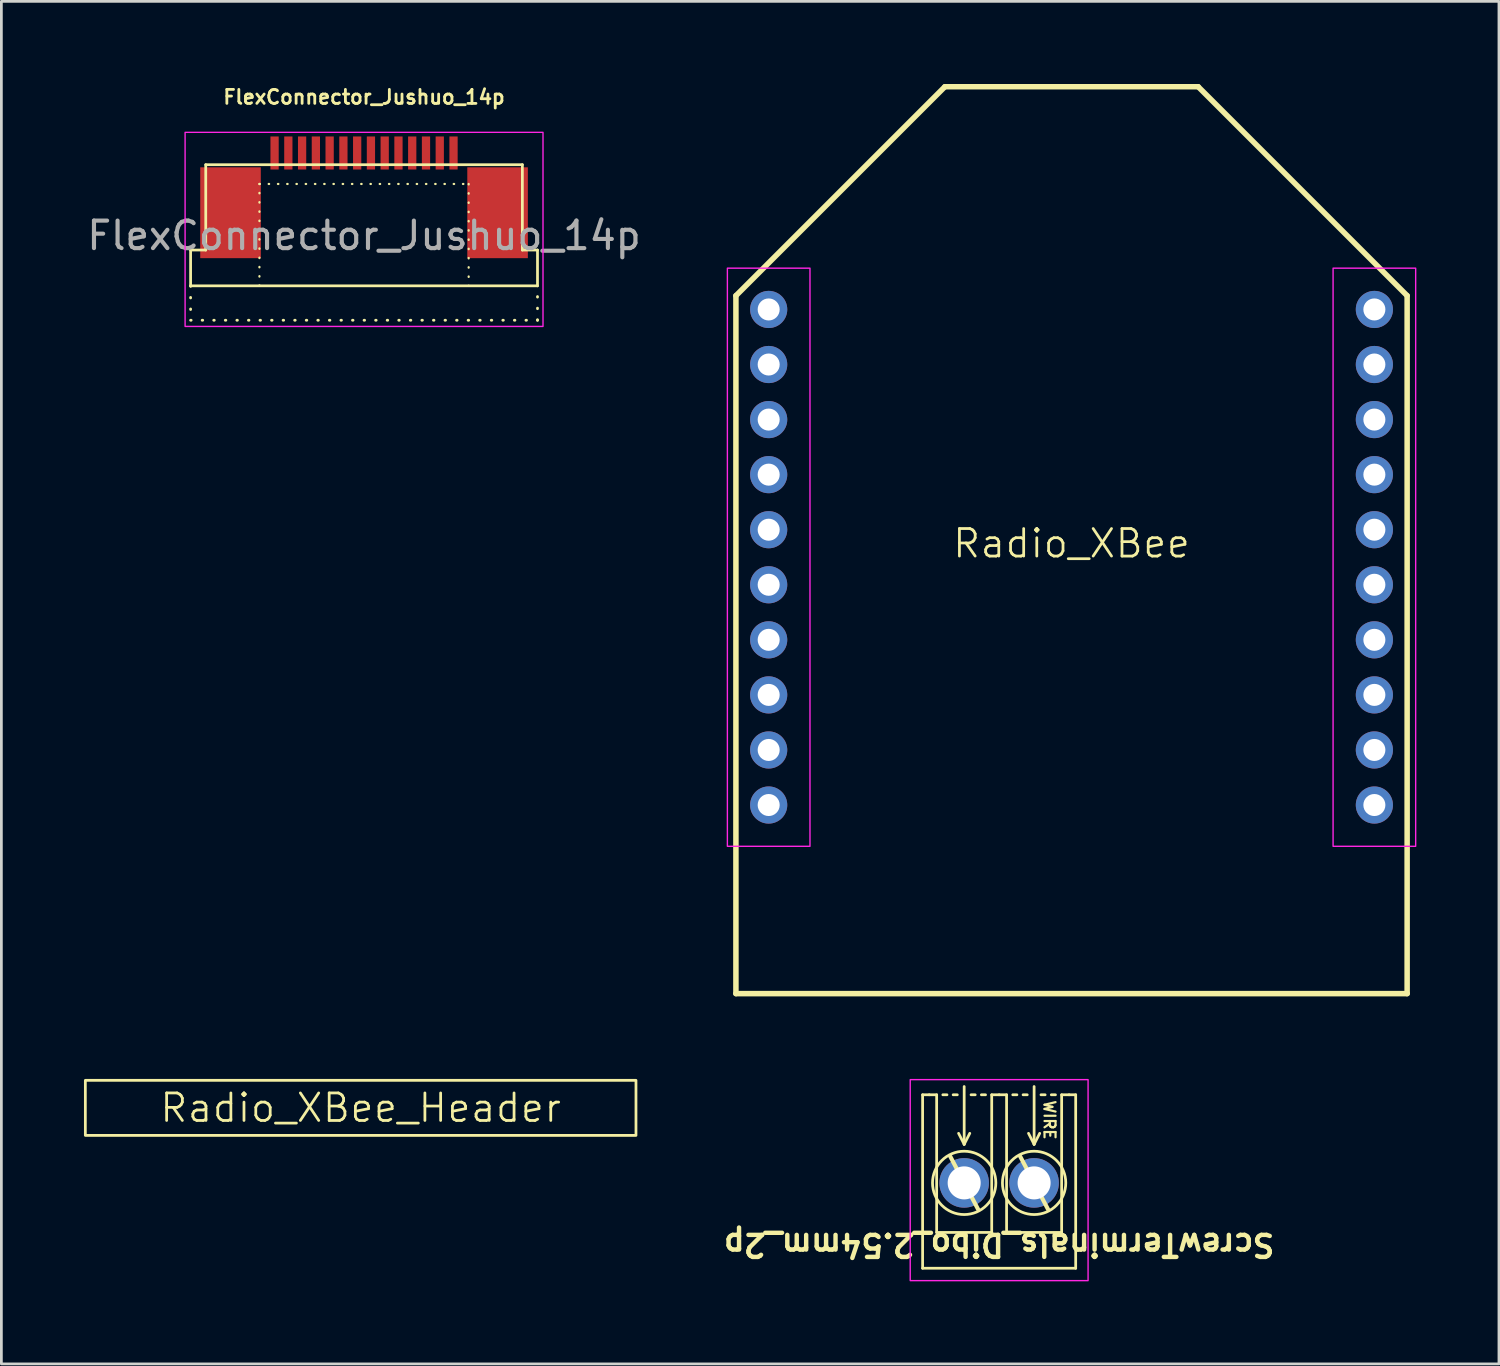
<source format=kicad_pcb>
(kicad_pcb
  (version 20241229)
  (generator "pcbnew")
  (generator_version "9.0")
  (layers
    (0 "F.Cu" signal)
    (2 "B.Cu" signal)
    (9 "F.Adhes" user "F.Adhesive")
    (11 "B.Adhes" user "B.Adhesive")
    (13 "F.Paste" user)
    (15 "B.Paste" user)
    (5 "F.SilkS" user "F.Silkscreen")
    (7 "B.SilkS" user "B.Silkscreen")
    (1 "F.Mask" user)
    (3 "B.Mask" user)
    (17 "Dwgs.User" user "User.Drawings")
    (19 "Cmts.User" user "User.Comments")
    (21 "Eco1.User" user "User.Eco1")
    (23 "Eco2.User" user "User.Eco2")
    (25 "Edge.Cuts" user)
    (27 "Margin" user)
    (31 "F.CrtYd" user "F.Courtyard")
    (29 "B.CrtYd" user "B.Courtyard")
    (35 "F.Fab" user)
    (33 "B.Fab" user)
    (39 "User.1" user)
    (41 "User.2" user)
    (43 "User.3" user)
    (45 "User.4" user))
  (footprint "Radio_XBee"
    (layer "F.Cu")
    (at 35.87 17.19)
    (property "Reference" "Radio_XBee" (at 0 -0.5 0) (unlocked yes) (layer "F.SilkS") (effects (font (size 1 1) (thickness 0.1))))
    (attr through_hole exclude_from_pos_files exclude_from_bom)
    (fp_line (start -12.19 -9.5) (end -4.6 -17.09) (stroke (width 0.2) (type solid)) (layer "F.SilkS"))
    (fp_line (start -12.19 15.85) (end -12.19 -9.5) (stroke (width 0.2) (type solid)) (layer "F.SilkS"))
    (fp_line (start -12.19 15.85) (end 12.19 15.85) (stroke (width 0.2) (type solid)) (layer "F.SilkS"))
    (fp_line (start -4.6 -17.09) (end 4.6 -17.09) (stroke (width 0.2) (type solid)) (layer "F.SilkS"))
    (fp_line (start 12.19 -9.5) (end 4.6 -17.09) (stroke (width 0.2) (type solid)) (layer "F.SilkS"))
    (fp_line (start 12.19 15.85) (end 12.19 -9.5) (stroke (width 0.2) (type solid)) (layer "F.SilkS"))
    (fp_rect (start -12.5 -10.5) (end -9.5 10.5) (stroke (width 0.05) (type default)) (fill no) (layer "F.CrtYd"))
    (fp_rect (start 9.5 -10.5) (end 12.5 10.5) (stroke (width 0.05) (type default)) (fill no) (layer "F.CrtYd"))
    (pad "1" thru_hole circle (at -11 -9) (size 1.35 1.35) (drill 0.8) (layers "*.Cu" "*.Mask"))
    (pad "2" thru_hole oval (at -11 -7) (size 1.35 1.35) (drill 0.8) (layers "*.Cu" "*.Mask"))
    (pad "3" thru_hole oval (at -11 -5) (size 1.35 1.35) (drill 0.8) (layers "*.Cu" "*.Mask"))
    (pad "4" thru_hole oval (at -11 -3) (size 1.35 1.35) (drill 0.8) (layers "*.Cu" "*.Mask"))
    (pad "5" thru_hole oval (at -11 -1) (size 1.35 1.35) (drill 0.8) (layers "*.Cu" "*.Mask"))
    (pad "6" thru_hole oval (at -11 1) (size 1.35 1.35) (drill 0.8) (layers "*.Cu" "*.Mask"))
    (pad "7" thru_hole oval (at -11 3) (size 1.35 1.35) (drill 0.8) (layers "*.Cu" "*.Mask"))
    (pad "8" thru_hole oval (at -11 5) (size 1.35 1.35) (drill 0.8) (layers "*.Cu" "*.Mask"))
    (pad "9" thru_hole oval (at -11 7) (size 1.35 1.35) (drill 0.8) (layers "*.Cu" "*.Mask"))
    (pad "10" thru_hole oval (at -11 9) (size 1.35 1.35) (drill 0.8) (layers "*.Cu" "*.Mask"))
    (pad "11" thru_hole circle (at 11 9 180) (size 1.35 1.35) (drill 0.8) (layers "*.Cu" "*.Mask"))
    (pad "12" thru_hole oval (at 11 7 180) (size 1.35 1.35) (drill 0.8) (layers "*.Cu" "*.Mask"))
    (pad "13" thru_hole oval (at 11 5 180) (size 1.35 1.35) (drill 0.8) (layers "*.Cu" "*.Mask"))
    (pad "14" thru_hole oval (at 11 3 180) (size 1.35 1.35) (drill 0.8) (layers "*.Cu" "*.Mask"))
    (pad "15" thru_hole oval (at 11 1 180) (size 1.35 1.35) (drill 0.8) (layers "*.Cu" "*.Mask"))
    (pad "16" thru_hole oval (at 11 -1 180) (size 1.35 1.35) (drill 0.8) (layers "*.Cu" "*.Mask"))
    (pad "17" thru_hole oval (at 11 -3 180) (size 1.35 1.35) (drill 0.8) (layers "*.Cu" "*.Mask"))
    (pad "18" thru_hole oval (at 11 -5 180) (size 1.35 1.35) (drill 0.8) (layers "*.Cu" "*.Mask"))
    (pad "19" thru_hole oval (at 11 -7 180) (size 1.35 1.35) (drill 0.8) (layers "*.Cu" "*.Mask"))
    (pad "20" thru_hole oval (at 11 -9 180) (size 1.35 1.35) (drill 0.8) (layers "*.Cu" "*.Mask")))
  (footprint "ScrewTerminals_Dibo_2.54mm_2p"
    (layer "F.Cu")
    (at 33.248 39.915)
    (property "Reference" "ScrewTerminals_Dibo_2.54mm_2p" (at -0.007 2.25 180) (unlocked yes) (layer "F.SilkS") (effects (font (size 0.8 0.8) (thickness 0.16) (bold yes))))
    (attr through_hole)
    (fp_line (start -2.787 -3.2) (end -2.787 3.1) (stroke (width 0.1) (type default)) (layer "F.SilkS"))
    (fp_line (start -2.787 -3.2) (end -2.547 -3.2) (stroke (width 0.1) (type default)) (layer "F.SilkS"))
    (fp_line (start -2.277 -3.2) (end -2.547 -3.2) (stroke (width 0.1) (type default)) (layer "F.SilkS"))
    (fp_line (start -2.277 1.8) (end -2.277 -3.2) (stroke (width 0.1) (type solid)) (layer "F.SilkS"))
    (fp_line (start -1.902 -3.2) (end -2.052 -3.2) (stroke (width 0.1) (type default)) (layer "F.SilkS"))
    (fp_line (start -1.527 -3.2) (end -1.677 -3.2) (stroke (width 0.1) (type default)) (layer "F.SilkS"))
    (fp_line (start -1.277 -3.5) (end -1.277 -1.4) (stroke (width 0.1) (type default)) (layer "F.SilkS"))
    (fp_line (start -1.277 -1.4) (end -1.48 -1.8) (stroke (width 0.1) (type default)) (layer "F.SilkS"))
    (fp_line (start -1.277 -1.4) (end -1.074 -1.8) (stroke (width 0.1) (type default)) (layer "F.SilkS"))
    (fp_line (start -0.877 -3.2) (end -1.027 -3.2) (stroke (width 0.1) (type default)) (layer "F.SilkS"))
    (fp_line (start -0.769 0.965) (end -1.785 -0.965) (stroke (width 0.15) (type default)) (layer "F.SilkS"))
    (fp_line (start -0.502 -3.2) (end -0.652 -3.2) (stroke (width 0.1) (type default)) (layer "F.SilkS"))
    (fp_line (start -0.277 -3.2) (end -0.277 1.8) (stroke (width 0.1) (type solid)) (layer "F.SilkS"))
    (fp_line (start -0.277 1.8) (end -2.277 1.8) (stroke (width 0.1) (type solid)) (layer "F.SilkS"))
    (fp_line (start -0.007 -3.2) (end -0.277 -3.2) (stroke (width 0.1) (type default)) (layer "F.SilkS"))
    (fp_line (start 0.263 -3.2) (end -0.007 -3.2) (stroke (width 0.1) (type default)) (layer "F.SilkS"))
    (fp_line (start 0.263 1.8) (end 0.263 -3.2) (stroke (width 0.1) (type solid)) (layer "F.SilkS"))
    (fp_line (start 0.638 -3.2) (end 0.488 -3.2) (stroke (width 0.1) (type default)) (layer "F.SilkS"))
    (fp_line (start 1.013 -3.2) (end 0.863 -3.2) (stroke (width 0.1) (type default)) (layer "F.SilkS"))
    (fp_line (start 1.263 -3.5) (end 1.263 -1.4) (stroke (width 0.1) (type default)) (layer "F.SilkS"))
    (fp_line (start 1.263 -1.4) (end 1.06 -1.8) (stroke (width 0.1) (type default)) (layer "F.SilkS"))
    (fp_line (start 1.263 -1.4) (end 1.466 -1.8) (stroke (width 0.1) (type default)) (layer "F.SilkS"))
    (fp_line (start 1.663 -3.2) (end 1.513 -3.2) (stroke (width 0.1) (type default)) (layer "F.SilkS"))
    (fp_line (start 1.771 0.965) (end 0.755 -0.965) (stroke (width 0.15) (type default)) (layer "F.SilkS"))
    (fp_line (start 2.038 -3.2) (end 1.888 -3.2) (stroke (width 0.1) (type default)) (layer "F.SilkS"))
    (fp_line (start 2.263 -3.2) (end 2.263 1.8) (stroke (width 0.1) (type solid)) (layer "F.SilkS"))
    (fp_line (start 2.263 1.8) (end 0.263 1.8) (stroke (width 0.1) (type solid)) (layer "F.SilkS"))
    (fp_line (start 2.533 -3.2) (end 2.263 -3.2) (stroke (width 0.1) (type default)) (layer "F.SilkS"))
    (fp_line (start 2.773 -3.2) (end 2.533 -3.2) (stroke (width 0.1) (type default)) (layer "F.SilkS"))
    (fp_line (start 2.773 -3.2) (end 2.773 3.1) (stroke (width 0.1) (type default)) (layer "F.SilkS"))
    (fp_line (start 2.773 3.1) (end -2.787 3.1) (stroke (width 0.1) (type default)) (layer "F.SilkS"))
    (fp_circle (center -1.277 0) (end -0.127 0) (stroke (width 0.1) (type default)) (fill no) (layer "F.SilkS"))
    (fp_circle (center 1.263 0) (end 2.413 0) (stroke (width 0.1) (type default)) (fill no) (layer "F.SilkS"))
    (fp_rect (start 3.223 3.55) (end -3.237 -3.75) (stroke (width 0.05) (type default)) (fill no) (layer "F.CrtYd"))
    (fp_text user "WIRE" (at 1.822 -2.286 270) (unlocked yes) (layer "F.SilkS") (effects (font (size 0.4 0.4) (thickness 0.08) (bold yes))))
    (pad "1" thru_hole circle (at 1.263 0 180) (size 1.8 1.8) (drill 1.2) (layers "*.Cu" "*.Mask"))
    (pad "2" thru_hole circle (at -1.277 0 180) (size 1.8 1.8) (drill 1.2) (layers "*.Cu" "*.Mask")))
  (footprint "Radio_XBee_Header"
    (layer "F.Cu")
    (at 10.05 37.19)
    (property "Reference" "Radio_XBee_Header" (at 0 0 0) (unlocked yes) (layer "F.SilkS") (effects (font (size 1 1) (thickness 0.1))))
    (attr smd)
    (fp_rect (start -10 -1) (end 10 1) (stroke (width 0.1) (type default)) (fill no) (layer "F.SilkS")))
  (footprint "FlexConnector_Jushuo_14p"
    (layer "F.Cu")
    (at 10.173 2.507)
    (property "Reference" "FlexConnector_Jushuo_14p" (at 0 -2.032 0) (unlocked yes) (layer "F.SilkS") (effects (font (size 0.508 0.508) (thickness 0.102) (bold yes))))
    (attr smd)
    (fp_line (start -6.3 4.825) (end -6.3 3.525) (stroke (width 0.1) (type default)) (layer "F.SilkS"))
    (fp_line (start -6.3 4.825) (end -6.3 6.075) (stroke (width 0.1) (type dot)) (layer "F.SilkS"))
    (fp_line (start -6.3 4.825) (end 6.3 4.825) (stroke (width 0.1) (type default)) (layer "F.SilkS"))
    (fp_line (start -6.3 6.075) (end 6.3 6.075) (stroke (width 0.1) (type dot)) (layer "F.SilkS"))
    (fp_line (start -5.75 0.425) (end -5.75 3.525) (stroke (width 0.1) (type default)) (layer "F.SilkS"))
    (fp_line (start -5.75 0.425) (end 5.75 0.425) (stroke (width 0.1) (type default)) (layer "F.SilkS"))
    (fp_line (start -5.75 3.525) (end -6.3 3.525) (stroke (width 0.1) (type default)) (layer "F.SilkS"))
    (fp_line (start -3.8 1.125) (end 3.8 1.125) (stroke (width 0.08) (type dot)) (layer "F.SilkS"))
    (fp_line (start -3.8 4.825) (end -3.8 1.125) (stroke (width 0.08) (type dot)) (layer "F.SilkS"))
    (fp_line (start 3.8 1.125) (end 3.8 4.825) (stroke (width 0.08) (type dot)) (layer "F.SilkS"))
    (fp_line (start 5.75 0.425) (end 5.75 3.525) (stroke (width 0.1) (type default)) (layer "F.SilkS"))
    (fp_line (start 6.3 3.525) (end 5.75 3.525) (stroke (width 0.1) (type default)) (layer "F.SilkS"))
    (fp_line (start 6.3 4.825) (end 6.3 3.525) (stroke (width 0.1) (type default)) (layer "F.SilkS"))
    (fp_line (start 6.3 6.075) (end 6.3 4.825) (stroke (width 0.1) (type dot)) (layer "F.SilkS"))
    (fp_rect (start -6.5 -0.75) (end 6.5 6.3) (stroke (width 0.05) (type default)) (fill no) (layer "F.CrtYd"))
    (fp_text user "${REFERENCE}" (at 0 3 0) (unlocked yes) (layer "F.Fab") (effects (font (size 1 1) (thickness 0.15))))
    (pad "1" smd rect (at -3.25 0) (size 0.3 1.2) (layers "F.Cu" "F.Mask" "F.Paste"))
    (pad "2" smd rect (at -2.75 0) (size 0.3 1.2) (layers "F.Cu" "F.Mask" "F.Paste"))
    (pad "3" smd rect (at -2.25 0) (size 0.3 1.2) (layers "F.Cu" "F.Mask" "F.Paste"))
    (pad "4" smd rect (at -1.75 0) (size 0.3 1.2) (layers "F.Cu" "F.Mask" "F.Paste"))
    (pad "5" smd rect (at -1.25 0) (size 0.3 1.2) (layers "F.Cu" "F.Mask" "F.Paste"))
    (pad "6" smd rect (at -0.75 0) (size 0.3 1.2) (layers "F.Cu" "F.Mask" "F.Paste"))
    (pad "7" smd rect (at -0.25 0) (size 0.3 1.2) (layers "F.Cu" "F.Mask" "F.Paste"))
    (pad "8" smd rect (at 0.25 0) (size 0.3 1.2) (layers "F.Cu" "F.Mask" "F.Paste"))
    (pad "9" smd rect (at 0.75 0) (size 0.3 1.2) (layers "F.Cu" "F.Mask" "F.Paste"))
    (pad "10" smd rect (at 1.25 0) (size 0.3 1.2) (layers "F.Cu" "F.Mask" "F.Paste"))
    (pad "11" smd rect (at 1.75 0) (size 0.3 1.2) (layers "F.Cu" "F.Mask" "F.Paste"))
    (pad "12" smd rect (at 2.25 0) (size 0.3 1.2) (layers "F.Cu" "F.Mask" "F.Paste"))
    (pad "13" smd rect (at 2.75 0) (size 0.3 1.2) (layers "F.Cu" "F.Mask" "F.Paste"))
    (pad "14" smd rect (at 3.25 0) (size 0.3 1.2) (layers "F.Cu" "F.Mask" "F.Paste"))
    (pad "MP" smd rect (at -4.85 2.17) (size 2.2 3.3) (layers "F.Cu" "F.Mask" "F.Paste"))
    (pad "MP" smd rect (at 4.85 2.17) (size 2.2 3.3) (layers "F.Cu" "F.Mask" "F.Paste")))
  (gr_rect
    (start -3 -3)
    (end 51.395 46.49)
    (stroke (width 0.1) (type default))
    (fill no)
    (layer "Edge.Cuts")))
</source>
